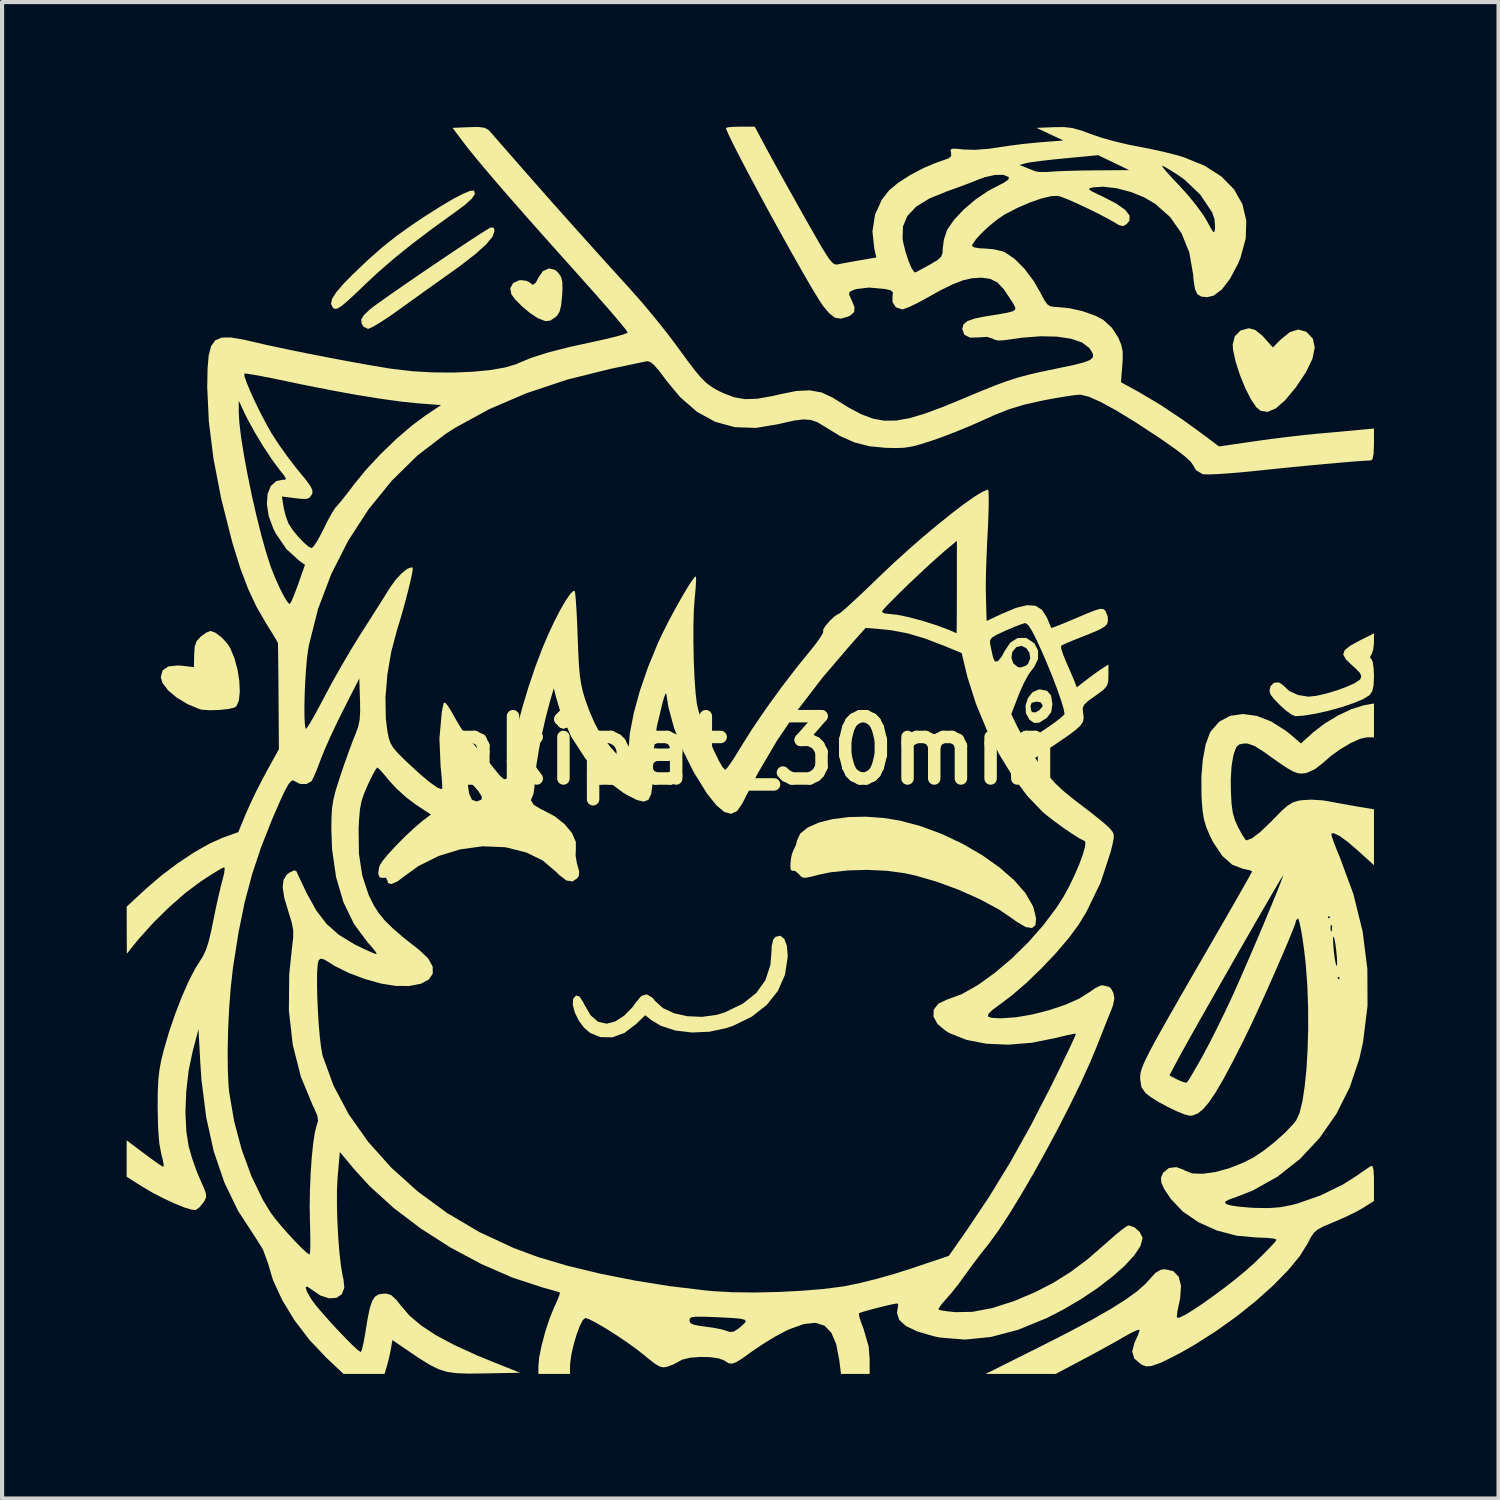
<source format=kicad_pcb>
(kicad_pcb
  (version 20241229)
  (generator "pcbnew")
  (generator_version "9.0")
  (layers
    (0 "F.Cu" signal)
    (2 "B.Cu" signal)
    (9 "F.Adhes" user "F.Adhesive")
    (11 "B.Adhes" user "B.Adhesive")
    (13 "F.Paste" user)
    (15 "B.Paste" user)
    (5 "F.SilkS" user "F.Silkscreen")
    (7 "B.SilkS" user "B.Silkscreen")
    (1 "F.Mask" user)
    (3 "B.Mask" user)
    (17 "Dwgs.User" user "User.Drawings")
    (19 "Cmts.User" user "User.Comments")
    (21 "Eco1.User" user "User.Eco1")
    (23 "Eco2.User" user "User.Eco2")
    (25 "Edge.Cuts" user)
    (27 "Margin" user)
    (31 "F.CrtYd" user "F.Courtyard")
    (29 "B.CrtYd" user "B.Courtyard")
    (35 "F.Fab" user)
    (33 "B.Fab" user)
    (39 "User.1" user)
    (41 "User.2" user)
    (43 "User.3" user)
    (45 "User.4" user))
  (footprint "akipat_30mm"
    (layer "F.Cu")
    (at 15.017 15.017)
    (property "Reference" "akipat_30mm" (at 0 0 0) (layer "F.SilkS") (effects (font (size 1.5 1.5) (thickness 0.3))))
    (attr board_only exclude_from_pos_files exclude_from_bom)
    (fp_poly (pts (xy -4.699 -11.566) (xy -4.618 -11.492) (xy -4.556 -11.396) (xy -4.527 -11.279) (xy -4.523 -11.105) (xy -4.532 -10.943) (xy -4.556 -10.709) (xy -4.594 -10.561) (xy -4.655 -10.464) (xy -4.692 -10.43) (xy -4.818 -10.347) (xy -4.932 -10.334) (xy -5.083 -10.391) (xy -5.133 -10.416) (xy -5.306 -10.53) (xy -5.495 -10.688) (xy -5.66 -10.855) (xy -5.756 -10.984) (xy -5.78 -11.129) (xy -5.711 -11.251) (xy -5.57 -11.317) (xy -5.515 -11.321) (xy -5.381 -11.303) (xy -5.309 -11.263) (xy -5.237 -11.207) (xy -5.161 -11.267) (xy -5.103 -11.381) (xy -4.993 -11.54) (xy -4.849 -11.604)) (stroke (width 0) (type solid)) (fill yes) (layer "F.SilkS"))
    (fp_poly (pts (xy 7.146 -1.432) (xy 7.242 -1.32) (xy 7.274 -1.118) (xy 7.274 -1.107) (xy 7.246 -0.922) (xy 7.146 -0.789) (xy 7.119 -0.767) (xy 6.958 -0.666) (xy 6.832 -0.66) (xy 6.721 -0.737) (xy 6.636 -0.892) (xy 6.628 -1.066) (xy 6.746 -1.066) (xy 6.764 -0.955) (xy 6.783 -0.921) (xy 6.86 -0.912) (xy 6.959 -0.965) (xy 7.03 -1.048) (xy 7.039 -1.087) (xy 6.988 -1.156) (xy 6.893 -1.173) (xy 6.775 -1.144) (xy 6.746 -1.066) (xy 6.628 -1.066) (xy 6.627 -1.076) (xy 6.684 -1.256) (xy 6.793 -1.397) (xy 6.943 -1.465) (xy 6.972 -1.467)) (stroke (width 0) (type solid)) (fill yes) (layer "F.SilkS"))
    (fp_poly (pts (xy 12.157 -10.122) (xy 12.322 -9.99) (xy 12.376 -9.932) (xy 12.583 -9.7) (xy 12.774 -9.894) (xy 12.993 -10.07) (xy 13.193 -10.132) (xy 13.379 -10.081) (xy 13.397 -10.07) (xy 13.545 -9.912) (xy 13.591 -9.699) (xy 13.536 -9.429) (xy 13.379 -9.103) (xy 13.137 -8.742) (xy 12.881 -8.432) (xy 12.655 -8.235) (xy 12.458 -8.149) (xy 12.289 -8.175) (xy 12.188 -8.256) (xy 12.052 -8.455) (xy 11.914 -8.73) (xy 11.787 -9.044) (xy 11.686 -9.36) (xy 11.625 -9.637) (xy 11.615 -9.769) (xy 11.666 -9.97) (xy 11.804 -10.109) (xy 12.003 -10.163) (xy 12.007 -10.163)) (stroke (width 0) (type solid)) (fill yes) (layer "F.SilkS"))
    (fp_poly (pts (xy -6.652 -13.476) (xy -6.632 -13.398) (xy -6.703 -13.287) (xy -6.87 -13.135) (xy -7.078 -12.98) (xy -7.652 -12.566) (xy -8.143 -12.194) (xy -8.571 -11.85) (xy -8.954 -11.519) (xy -9.275 -11.219) (xy -9.532 -10.973) (xy -9.72 -10.801) (xy -9.852 -10.692) (xy -9.941 -10.638) (xy -10.002 -10.628) (xy -10.046 -10.653) (xy -10.051 -10.657) (xy -10.096 -10.747) (xy -10.072 -10.868) (xy -9.971 -11.029) (xy -9.788 -11.241) (xy -9.576 -11.456) (xy -9.198 -11.817) (xy -8.857 -12.117) (xy -8.516 -12.388) (xy -8.137 -12.658) (xy -7.828 -12.864) (xy -7.468 -13.092) (xy -7.161 -13.274) (xy -6.916 -13.402) (xy -6.744 -13.472) (xy -6.656 -13.479)) (stroke (width 0) (type solid)) (fill yes) (layer "F.SilkS"))
    (fp_poly (pts (xy -12.877 -2.83) (xy -12.73 -2.718) (xy -12.593 -2.569) (xy -12.523 -2.462) (xy -12.421 -2.215) (xy -12.347 -1.941) (xy -12.304 -1.663) (xy -12.293 -1.407) (xy -12.315 -1.199) (xy -12.374 -1.063) (xy -12.419 -1.03) (xy -12.575 -0.994) (xy -12.791 -0.972) (xy -13.016 -0.965) (xy -13.2 -0.978) (xy -13.258 -0.99) (xy -13.55 -1.112) (xy -13.811 -1.269) (xy -14.02 -1.445) (xy -14.155 -1.622) (xy -14.196 -1.764) (xy -14.15 -1.928) (xy -14.01 -2.021) (xy -13.777 -2.044) (xy -13.67 -2.035) (xy -13.397 -2.003) (xy -13.392 -2.304) (xy -13.378 -2.502) (xy -13.331 -2.631) (xy -13.234 -2.737) (xy -13.231 -2.74) (xy -13.105 -2.831) (xy -13.005 -2.874) (xy -12.998 -2.874)) (stroke (width 0) (type solid)) (fill yes) (layer "F.SilkS"))
    (fp_poly (pts (xy -6.176 -12.581) (xy -6.159 -12.501) (xy -6.21 -12.364) (xy -6.362 -12.182) (xy -6.617 -11.951) (xy -6.976 -11.673) (xy -7.221 -11.497) (xy -7.527 -11.279) (xy -7.88 -11.028) (xy -8.229 -10.777) (xy -8.464 -10.607) (xy -8.707 -10.436) (xy -8.925 -10.294) (xy -9.095 -10.194) (xy -9.198 -10.149) (xy -9.208 -10.148) (xy -9.313 -10.199) (xy -9.36 -10.278) (xy -9.367 -10.375) (xy -9.308 -10.476) (xy -9.174 -10.606) (xy -9.072 -10.686) (xy -8.892 -10.816) (xy -8.651 -10.986) (xy -8.363 -11.186) (xy -8.045 -11.405) (xy -7.711 -11.632) (xy -7.377 -11.858) (xy -7.059 -12.071) (xy -6.773 -12.261) (xy -6.533 -12.417) (xy -6.355 -12.529) (xy -6.255 -12.587) (xy -6.247 -12.591)) (stroke (width 0) (type solid)) (fill yes) (layer "F.SilkS"))
    (fp_poly (pts (xy 3.218 1.63) (xy 3.589 1.69) (xy 4.105 1.827) (xy 4.62 2.018) (xy 5.118 2.255) (xy 5.583 2.525) (xy 6 2.82) (xy 6.353 3.127) (xy 6.624 3.438) (xy 6.799 3.741) (xy 6.82 3.795) (xy 6.881 4.046) (xy 6.867 4.208) (xy 6.783 4.279) (xy 6.633 4.256) (xy 6.423 4.135) (xy 6.349 4.079) (xy 5.983 3.831) (xy 5.53 3.587) (xy 5.023 3.361) (xy 4.492 3.165) (xy 3.969 3.014) (xy 3.71 2.958) (xy 3.286 2.901) (xy 2.819 2.879) (xy 2.351 2.892) (xy 1.925 2.938) (xy 1.672 2.99) (xy 1.459 3.045) (xy 1.33 3.069) (xy 1.254 3.061) (xy 1.202 3.021) (xy 1.167 2.978) (xy 1.074 2.902) (xy 1.005 2.899) (xy 0.973 2.876) (xy 0.964 2.776) (xy 0.975 2.637) (xy 1.002 2.497) (xy 1.043 2.393) (xy 1.052 2.379) (xy 1.1 2.275) (xy 1.124 2.172) (xy 1.204 2.002) (xy 1.384 1.857) (xy 1.647 1.741) (xy 1.978 1.657) (xy 2.361 1.608) (xy 2.779 1.598)) (stroke (width 0) (type solid)) (fill yes) (layer "F.SilkS"))
    (fp_poly (pts (xy 15.017 -2.594) (xy 15.001 -2.431) (xy 14.963 -2.318) (xy 14.953 -2.306) (xy 14.921 -2.235) (xy 14.953 -2.203) (xy 14.987 -2.128) (xy 15.01 -1.971) (xy 15.017 -1.795) (xy 15.008 -1.568) (xy 14.976 -1.424) (xy 14.913 -1.332) (xy 14.906 -1.325) (xy 14.76 -1.235) (xy 14.527 -1.137) (xy 14.236 -1.039) (xy 13.918 -0.951) (xy 13.6 -0.88) (xy 13.312 -0.834) (xy 13.126 -0.822) (xy 13.032 -0.861) (xy 12.892 -0.962) (xy 12.759 -1.082) (xy 12.605 -1.24) (xy 12.524 -1.348) (xy 12.501 -1.436) (xy 12.524 -1.532) (xy 12.53 -1.55) (xy 12.611 -1.627) (xy 12.73 -1.635) (xy 12.828 -1.57) (xy 12.829 -1.568) (xy 12.974 -1.43) (xy 13.191 -1.331) (xy 13.434 -1.292) (xy 13.446 -1.292) (xy 13.633 -1.313) (xy 13.869 -1.367) (xy 14.121 -1.442) (xy 14.36 -1.53) (xy 14.555 -1.618) (xy 14.674 -1.697) (xy 14.69 -1.716) (xy 14.712 -1.788) (xy 14.674 -1.869) (xy 14.562 -1.983) (xy 14.493 -2.043) (xy 14.34 -2.191) (xy 14.277 -2.308) (xy 14.311 -2.411) (xy 14.445 -2.519) (xy 14.662 -2.638) (xy 15.017 -2.817)) (stroke (width 0) (type solid)) (fill yes) (layer "F.SilkS"))
    (fp_poly (pts (xy 0.82 4.543) (xy 0.881 4.71) (xy 0.901 4.955) (xy 0.901 4.973) (xy 0.835 5.403) (xy 0.665 5.792) (xy 0.395 6.132) (xy 0.033 6.415) (xy -0.413 6.633) (xy -0.578 6.689) (xy -0.99 6.777) (xy -1.408 6.795) (xy -1.805 6.747) (xy -2.152 6.635) (xy -2.372 6.504) (xy -2.531 6.379) (xy -2.747 6.588) (xy -3.032 6.805) (xy -3.323 6.911) (xy -3.61 6.906) (xy -3.855 6.807) (xy -4.006 6.678) (xy -4.133 6.505) (xy -4.226 6.314) (xy -4.274 6.132) (xy -4.268 5.987) (xy -4.197 5.904) (xy -4.196 5.904) (xy -4.117 5.925) (xy -4.03 6.053) (xy -3.999 6.118) (xy -3.844 6.383) (xy -3.664 6.537) (xy -3.457 6.583) (xy -3.251 6.527) (xy -3.033 6.386) (xy -2.835 6.183) (xy -2.758 6.073) (xy -2.626 5.916) (xy -2.495 5.876) (xy -2.361 5.953) (xy -2.291 6.037) (xy -2.103 6.208) (xy -1.834 6.332) (xy -1.512 6.403) (xy -1.163 6.418) (xy -0.815 6.371) (xy -0.616 6.311) (xy -0.184 6.103) (xy 0.142 5.844) (xy 0.364 5.535) (xy 0.482 5.172) (xy 0.504 4.93) (xy 0.517 4.699) (xy 0.55 4.56) (xy 0.606 4.491) (xy 0.725 4.465)) (stroke (width 0) (type solid)) (fill yes) (layer "F.SilkS"))
    (fp_poly (pts (xy 15.017 -0.72) (xy 15.017 -0.313) (xy 14.845 -0.313) (xy 14.681 -0.276) (xy 14.462 -0.177) (xy 14.217 -0.033) (xy 13.979 0.137) (xy 13.794 0.299) (xy 13.596 0.454) (xy 13.397 0.543) (xy 13.372 0.549) (xy 13.276 0.56) (xy 13.183 0.551) (xy 13.073 0.51) (xy 12.931 0.431) (xy 12.737 0.302) (xy 12.475 0.116) (xy 12.352 0.028) (xy 12.14 -0.106) (xy 11.972 -0.163) (xy 11.883 -0.164) (xy 11.773 -0.142) (xy 11.705 -0.081) (xy 11.654 0.048) (xy 11.627 0.147) (xy 11.588 0.383) (xy 11.569 0.694) (xy 11.572 0.997) (xy 11.588 1.289) (xy 11.617 1.502) (xy 11.667 1.677) (xy 11.745 1.851) (xy 11.751 1.862) (xy 11.841 2.027) (xy 11.912 2.138) (xy 11.942 2.17) (xy 12.075 2.121) (xy 12.27 1.975) (xy 12.525 1.733) (xy 12.612 1.643) (xy 12.802 1.45) (xy 12.943 1.327) (xy 13.064 1.255) (xy 13.193 1.215) (xy 13.276 1.201) (xy 13.507 1.188) (xy 13.772 1.204) (xy 13.892 1.222) (xy 14.138 1.268) (xy 14.426 1.32) (xy 14.621 1.354) (xy 15.017 1.421) (xy 15.017 2.094) (xy 15.017 2.767) (xy 14.65 2.433) (xy 14.392 2.21) (xy 14.19 2.063) (xy 14.051 1.997) (xy 13.99 2.004) (xy 14 2.067) (xy 14.049 2.212) (xy 14.128 2.415) (xy 14.188 2.557) (xy 14.52 3.456) (xy 14.744 4.361) (xy 14.858 5.264) (xy 14.862 6.155) (xy 14.754 7.026) (xy 14.666 7.421) (xy 14.435 8.112) (xy 14.113 8.753) (xy 13.709 9.333) (xy 13.234 9.841) (xy 12.696 10.265) (xy 12.106 10.596) (xy 11.73 10.745) (xy 11.539 10.813) (xy 11.445 10.86) (xy 11.433 10.898) (xy 11.475 10.931) (xy 11.58 10.961) (xy 11.77 10.989) (xy 12.012 11.01) (xy 12.147 11.018) (xy 12.482 11.023) (xy 12.756 11.003) (xy 13.023 10.952) (xy 13.162 10.917) (xy 13.729 10.719) (xy 14.274 10.452) (xy 14.606 10.241) (xy 14.767 10.128) (xy 14.896 10.041) (xy 14.944 10.01) (xy 14.982 10.014) (xy 15.005 10.095) (xy 15.016 10.269) (xy 15.017 10.408) (xy 15.017 10.851) (xy 14.768 11.01) (xy 14.592 11.11) (xy 14.352 11.227) (xy 14.095 11.34) (xy 14.049 11.359) (xy 13.82 11.455) (xy 13.67 11.532) (xy 13.571 11.616) (xy 13.494 11.73) (xy 13.42 11.874) (xy 13.232 12.177) (xy 12.952 12.517) (xy 12.596 12.881) (xy 12.177 13.256) (xy 11.712 13.629) (xy 11.213 13.986) (xy 10.696 14.315) (xy 10.65 14.342) (xy 10.391 14.489) (xy 10.137 14.623) (xy 9.926 14.727) (xy 9.826 14.768) (xy 9.654 14.825) (xy 9.541 14.836) (xy 9.44 14.801) (xy 9.404 14.781) (xy 9.246 14.646) (xy 9.195 14.475) (xy 9.252 14.261) (xy 9.273 14.217) (xy 9.34 14.07) (xy 9.372 13.97) (xy 9.371 13.952) (xy 9.318 13.96) (xy 9.191 14.017) (xy 9.018 14.111) (xy 9.004 14.12) (xy 8.808 14.233) (xy 8.544 14.379) (xy 8.25 14.54) (xy 8.002 14.672) (xy 7.352 15.017) (xy 6.508 15.017) (xy 5.664 15.017) (xy 7.042 14.328) (xy 7.684 14.001) (xy 8.224 13.712) (xy 8.67 13.457) (xy 9.028 13.232) (xy 9.306 13.032) (xy 9.51 12.853) (xy 9.613 12.739) (xy 9.757 12.581) (xy 9.883 12.508) (xy 9.977 12.495) (xy 10.183 12.54) (xy 10.315 12.675) (xy 10.371 12.893) (xy 10.351 13.192) (xy 10.318 13.345) (xy 10.283 13.513) (xy 10.271 13.636) (xy 10.274 13.662) (xy 10.329 13.662) (xy 10.459 13.599) (xy 10.648 13.485) (xy 10.88 13.331) (xy 11.139 13.147) (xy 11.41 12.947) (xy 11.675 12.74) (xy 11.92 12.538) (xy 12.128 12.353) (xy 12.144 12.338) (xy 12.345 12.142) (xy 12.511 11.973) (xy 12.625 11.849) (xy 12.67 11.786) (xy 12.671 11.784) (xy 12.617 11.76) (xy 12.473 11.742) (xy 12.269 11.733) (xy 12.208 11.732) (xy 11.712 11.688) (xy 11.233 11.562) (xy 10.794 11.365) (xy 10.417 11.109) (xy 10.126 10.802) (xy 10.112 10.782) (xy 9.969 10.567) (xy 9.897 10.413) (xy 9.888 10.293) (xy 9.935 10.182) (xy 9.943 10.169) (xy 10.078 10.059) (xy 10.257 10.036) (xy 10.441 10.102) (xy 10.467 10.121) (xy 10.642 10.188) (xy 10.892 10.197) (xy 11.196 10.155) (xy 11.529 10.064) (xy 11.869 9.93) (xy 12.114 9.804) (xy 12.364 9.638) (xy 12.632 9.427) (xy 12.885 9.199) (xy 13.085 8.986) (xy 13.145 8.909) (xy 13.225 8.734) (xy 13.293 8.459) (xy 13.348 8.101) (xy 13.391 7.678) (xy 13.419 7.206) (xy 13.433 6.703) (xy 13.431 6.184) (xy 13.412 5.669) (xy 13.399 5.485) (xy 14.137 5.485) (xy 14.167 5.514) (xy 14.196 5.485) (xy 14.167 5.455) (xy 14.137 5.485) (xy 13.399 5.485) (xy 13.376 5.172) (xy 13.338 4.826) (xy 13.298 4.546) (xy 14.031 4.546) (xy 14.038 4.695) (xy 14.053 4.865) (xy 14.078 5.047) (xy 14.104 5.167) (xy 14.122 5.197) (xy 14.13 5.129) (xy 14.124 4.979) (xy 14.108 4.81) (xy 14.082 4.628) (xy 14.057 4.508) (xy 14.039 4.478) (xy 14.031 4.546) (xy 13.298 4.546) (xy 13.298 4.54) (xy 13.257 4.302) (xy 13.253 4.282) (xy 13.97 4.282) (xy 13.98 4.365) (xy 14 4.356) (xy 14.008 4.235) (xy 14 4.209) (xy 13.979 4.202) (xy 13.97 4.282) (xy 13.253 4.282) (xy 13.221 4.131) (xy 13.194 4.051) (xy 13.189 4.048) (xy 13.141 4.093) (xy 13.14 4.107) (xy 13.117 4.188) (xy 13.051 4.359) (xy 12.951 4.603) (xy 12.824 4.902) (xy 12.677 5.24) (xy 12.519 5.6) (xy 12.355 5.965) (xy 12.194 6.318) (xy 12.043 6.642) (xy 11.909 6.92) (xy 11.865 7.01) (xy 11.607 7.516) (xy 11.388 7.924) (xy 11.202 8.241) (xy 11.042 8.478) (xy 10.902 8.642) (xy 10.775 8.744) (xy 10.654 8.792) (xy 10.585 8.799) (xy 10.462 8.77) (xy 10.272 8.693) (xy 10.049 8.586) (xy 9.825 8.464) (xy 9.633 8.344) (xy 9.518 8.255) (xy 9.418 8.111) (xy 9.386 7.907) (xy 9.386 7.893) (xy 9.388 7.829) (xy 10.092 7.829) (xy 10.281 7.927) (xy 10.416 7.986) (xy 10.503 8.004) (xy 10.51 8.001) (xy 10.552 7.943) (xy 10.638 7.803) (xy 10.755 7.601) (xy 10.892 7.359) (xy 10.898 7.347) (xy 11.052 7.058) (xy 11.233 6.701) (xy 11.421 6.316) (xy 11.597 5.943) (xy 11.645 5.837) (xy 11.783 5.527) (xy 11.934 5.181) (xy 12.092 4.815) (xy 12.251 4.444) (xy 12.402 4.085) (xy 12.43 4.018) (xy 13.903 4.018) (xy 13.932 4.048) (xy 13.961 4.018) (xy 13.932 3.989) (xy 13.903 4.018) (xy 12.43 4.018) (xy 12.54 3.753) (xy 12.659 3.464) (xy 12.751 3.234) (xy 12.81 3.078) (xy 12.829 3.013) (xy 12.829 3.013) (xy 12.798 3.059) (xy 12.717 3.194) (xy 12.592 3.407) (xy 12.431 3.685) (xy 12.24 4.015) (xy 12.028 4.384) (xy 11.8 4.781) (xy 11.565 5.193) (xy 11.328 5.608) (xy 11.099 6.012) (xy 10.882 6.394) (xy 10.686 6.741) (xy 10.518 7.041) (xy 10.385 7.28) (xy 10.294 7.448) (xy 10.281 7.471) (xy 10.092 7.829) (xy 9.388 7.829) (xy 9.389 7.826) (xy 9.4 7.753) (xy 9.426 7.666) (xy 9.468 7.556) (xy 9.533 7.415) (xy 9.625 7.233) (xy 9.748 7.004) (xy 9.907 6.718) (xy 10.105 6.367) (xy 10.348 5.942) (xy 10.64 5.435) (xy 10.985 4.838) (xy 11.093 4.652) (xy 11.328 4.245) (xy 11.543 3.872) (xy 11.731 3.543) (xy 11.886 3.271) (xy 12.001 3.068) (xy 12.068 2.946) (xy 12.084 2.914) (xy 12.033 2.89) (xy 11.905 2.861) (xy 11.864 2.854) (xy 11.602 2.753) (xy 11.362 2.539) (xy 11.145 2.214) (xy 11.075 2.075) (xy 10.984 1.864) (xy 10.925 1.673) (xy 10.89 1.458) (xy 10.868 1.179) (xy 10.864 1.1) (xy 10.861 0.64) (xy 10.896 0.219) (xy 10.964 -0.14) (xy 11.063 -0.412) (xy 11.09 -0.46) (xy 11.292 -0.691) (xy 11.552 -0.829) (xy 11.856 -0.875) (xy 12.191 -0.83) (xy 12.543 -0.694) (xy 12.899 -0.468) (xy 13.011 -0.378) (xy 13.258 -0.166) (xy 13.556 -0.434) (xy 13.831 -0.646) (xy 14.151 -0.839) (xy 14.476 -0.992) (xy 14.767 -1.083) (xy 14.797 -1.089) (xy 15.017 -1.128)) (stroke (width 0) (type solid)) (fill yes) (layer "F.SilkS"))
    (fp_poly (pts (xy 0.381 -14.504) (xy 0.494 -14.296) (xy 0.651 -14.01) (xy 0.839 -13.67) (xy 1.046 -13.301) (xy 1.256 -12.926) (xy 1.31 -12.829) (xy 1.522 -12.456) (xy 1.685 -12.172) (xy 1.809 -11.968) (xy 1.901 -11.83) (xy 1.97 -11.747) (xy 2.025 -11.706) (xy 2.074 -11.696) (xy 2.112 -11.702) (xy 2.246 -11.729) (xy 2.449 -11.766) (xy 2.646 -11.801) (xy 3.034 -11.868) (xy 2.985 -12.079) (xy 2.959 -12.328) (xy 3.666 -12.328) (xy 3.682 -12.227) (xy 3.74 -11.993) (xy 3.81 -11.78) (xy 3.881 -11.613) (xy 3.944 -11.518) (xy 3.974 -11.507) (xy 4.046 -11.544) (xy 4.187 -11.621) (xy 4.327 -11.697) (xy 4.499 -11.799) (xy 4.591 -11.879) (xy 4.628 -11.971) (xy 4.634 -12.096) (xy 4.663 -12.304) (xy 4.733 -12.515) (xy 4.745 -12.541) (xy 4.904 -12.773) (xy 5.14 -13.023) (xy 5.423 -13.263) (xy 5.722 -13.467) (xy 5.899 -13.561) (xy 6.111 -13.67) (xy 6.218 -13.748) (xy 6.224 -13.802) (xy 6.224 -13.803) (xy 6.096 -13.856) (xy 5.895 -13.855) (xy 5.65 -13.801) (xy 5.485 -13.741) (xy 5.28 -13.659) (xy 5.019 -13.561) (xy 4.755 -13.467) (xy 4.738 -13.461) (xy 4.31 -13.286) (xy 3.993 -13.09) (xy 3.783 -12.869) (xy 3.676 -12.617) (xy 3.666 -12.328) (xy 2.959 -12.328) (xy 2.941 -12.497) (xy 3.003 -12.896) (xy 3.165 -13.257) (xy 3.342 -13.484) (xy 3.559 -13.665) (xy 3.852 -13.853) (xy 4.182 -14.026) (xy 4.343 -14.093) (xy 6.482 -14.093) (xy 6.629 -14.036) (xy 6.774 -13.978) (xy 6.863 -13.942) (xy 6.971 -13.925) (xy 7.144 -13.926) (xy 7.245 -13.933) (xy 7.416 -13.944) (xy 7.671 -13.953) (xy 7.978 -13.961) (xy 8.301 -13.965) (xy 8.33 -13.965) (xy 9.122 -13.971) (xy 8.898 -14.079) (xy 9.913 -14.079) (xy 9.932 -14.039) (xy 10.019 -13.933) (xy 10.161 -13.777) (xy 10.333 -13.595) (xy 10.546 -13.359) (xy 10.748 -13.11) (xy 10.912 -12.883) (xy 10.987 -12.759) (xy 11.086 -12.576) (xy 11.143 -12.486) (xy 11.172 -12.479) (xy 11.187 -12.543) (xy 11.192 -12.594) (xy 11.178 -12.785) (xy 11.125 -12.946) (xy 10.833 -13.382) (xy 10.454 -13.742) (xy 10.324 -13.835) (xy 10.142 -13.953) (xy 9.997 -14.039) (xy 9.917 -14.078) (xy 9.913 -14.079) (xy 8.898 -14.079) (xy 8.749 -14.15) (xy 8.376 -14.33) (xy 7.581 -14.255) (xy 7.274 -14.224) (xy 6.999 -14.193) (xy 6.781 -14.164) (xy 6.648 -14.141) (xy 6.634 -14.137) (xy 6.482 -14.093) (xy 4.343 -14.093) (xy 4.512 -14.163) (xy 4.62 -14.199) (xy 4.775 -14.254) (xy 4.838 -14.31) (xy 4.834 -14.389) (xy 4.834 -14.39) (xy 4.821 -14.455) (xy 4.854 -14.485) (xy 4.956 -14.486) (xy 5.125 -14.468) (xy 5.407 -14.459) (xy 5.747 -14.485) (xy 5.939 -14.513) (xy 6.235 -14.558) (xy 6.582 -14.602) (xy 6.916 -14.635) (xy 6.981 -14.641) (xy 7.538 -14.684) (xy 7.215 -14.836) (xy 6.893 -14.988) (xy 7.314 -15.005) (xy 7.557 -15.007) (xy 7.759 -14.983) (xy 7.972 -14.924) (xy 8.194 -14.841) (xy 8.453 -14.752) (xy 8.779 -14.661) (xy 9.12 -14.581) (xy 9.316 -14.543) (xy 9.641 -14.48) (xy 9.98 -14.404) (xy 10.283 -14.327) (xy 10.431 -14.283) (xy 10.936 -14.078) (xy 11.343 -13.818) (xy 11.648 -13.507) (xy 11.849 -13.151) (xy 11.943 -12.755) (xy 11.929 -12.323) (xy 11.803 -11.861) (xy 11.739 -11.708) (xy 11.55 -11.353) (xy 11.355 -11.098) (xy 11.158 -10.949) (xy 11 -10.911) (xy 10.859 -10.925) (xy 10.766 -10.982) (xy 10.709 -11.103) (xy 10.675 -11.308) (xy 10.661 -11.468) (xy 10.571 -11.986) (xy 10.385 -12.447) (xy 10.11 -12.84) (xy 9.75 -13.158) (xy 9.478 -13.318) (xy 9.155 -13.447) (xy 8.814 -13.535) (xy 8.494 -13.572) (xy 8.258 -13.556) (xy 8.176 -13.535) (xy 8.156 -13.509) (xy 8.211 -13.467) (xy 8.354 -13.395) (xy 8.485 -13.334) (xy 8.814 -13.164) (xy 9.029 -13.012) (xy 9.133 -12.875) (xy 9.128 -12.75) (xy 9.057 -12.666) (xy 8.973 -12.621) (xy 8.875 -12.648) (xy 8.808 -12.688) (xy 8.639 -12.786) (xy 8.411 -12.906) (xy 8.153 -13.034) (xy 7.893 -13.156) (xy 7.661 -13.259) (xy 7.484 -13.328) (xy 7.413 -13.35) (xy 7.249 -13.345) (xy 7.011 -13.288) (xy 6.725 -13.189) (xy 6.42 -13.056) (xy 6.129 -12.905) (xy 5.952 -12.786) (xy 5.762 -12.633) (xy 5.583 -12.467) (xy 5.438 -12.311) (xy 5.352 -12.189) (xy 5.338 -12.144) (xy 5.391 -12.11) (xy 5.526 -12.088) (xy 5.637 -12.084) (xy 5.858 -12.065) (xy 6.066 -12.017) (xy 6.133 -11.99) (xy 6.361 -11.837) (xy 6.599 -11.598) (xy 6.822 -11.302) (xy 6.978 -11.033) (xy 7.078 -10.844) (xy 7.154 -10.737) (xy 7.232 -10.689) (xy 7.339 -10.676) (xy 7.377 -10.675) (xy 7.683 -10.646) (xy 8.012 -10.571) (xy 8.314 -10.463) (xy 8.499 -10.365) (xy 8.705 -10.176) (xy 8.859 -9.941) (xy 8.932 -9.766) (xy 8.966 -9.603) (xy 8.967 -9.402) (xy 8.957 -9.266) (xy 8.924 -8.864) (xy 9.353 -8.629) (xy 9.87 -8.322) (xy 10.434 -7.946) (xy 10.936 -7.58) (xy 11.285 -7.317) (xy 12.139 -7.441) (xy 12.519 -7.494) (xy 12.93 -7.545) (xy 13.324 -7.591) (xy 13.654 -7.624) (xy 13.668 -7.625) (xy 13.978 -7.652) (xy 14.284 -7.68) (xy 14.544 -7.704) (xy 14.68 -7.717) (xy 15.017 -7.749) (xy 15.017 -7.365) (xy 15.008 -7.134) (xy 14.98 -7.009) (xy 14.944 -6.98) (xy 14.794 -6.973) (xy 14.547 -6.955) (xy 14.224 -6.928) (xy 13.844 -6.895) (xy 13.428 -6.856) (xy 12.995 -6.814) (xy 12.565 -6.77) (xy 12.26 -6.738) (xy 11.887 -6.7) (xy 11.544 -6.671) (xy 11.253 -6.651) (xy 11.033 -6.643) (xy 10.905 -6.647) (xy 10.892 -6.649) (xy 10.732 -6.746) (xy 10.671 -6.851) (xy 10.608 -6.945) (xy 10.468 -7.075) (xy 10.245 -7.247) (xy 9.93 -7.468) (xy 9.809 -7.55) (xy 9.264 -7.907) (xy 8.805 -8.187) (xy 8.434 -8.389) (xy 8.151 -8.515) (xy 7.955 -8.563) (xy 7.939 -8.564) (xy 7.81 -8.553) (xy 7.596 -8.522) (xy 7.326 -8.477) (xy 7.031 -8.421) (xy 7.028 -8.42) (xy 6.602 -8.325) (xy 6.235 -8.214) (xy 5.87 -8.069) (xy 5.66 -7.974) (xy 5.327 -7.826) (xy 4.954 -7.672) (xy 4.596 -7.535) (xy 4.405 -7.468) (xy 4.118 -7.375) (xy 3.899 -7.316) (xy 3.707 -7.286) (xy 3.503 -7.278) (xy 3.262 -7.284) (xy 2.864 -7.322) (xy 2.509 -7.413) (xy 2.159 -7.569) (xy 1.782 -7.801) (xy 1.614 -7.901) (xy 1.454 -7.956) (xy 1.275 -7.968) (xy 1.046 -7.939) (xy 0.739 -7.869) (xy 0.684 -7.855) (xy 0.137 -7.763) (xy -0.371 -7.781) (xy -0.843 -7.909) (xy -1.281 -8.149) (xy -1.687 -8.501) (xy -2.01 -8.89) (xy -2.187 -9.126) (xy -2.315 -9.275) (xy -2.409 -9.352) (xy -2.482 -9.37) (xy -2.493 -9.369) (xy -2.593 -9.348) (xy -2.782 -9.308) (xy -3.034 -9.255) (xy -3.324 -9.194) (xy -3.373 -9.184) (xy -4.409 -8.926) (xy -5.385 -8.601) (xy -6.285 -8.215) (xy -7.097 -7.772) (xy -7.339 -7.617) (xy -8.013 -7.101) (xy -8.634 -6.491) (xy -9.194 -5.801) (xy -9.683 -5.047) (xy -10.09 -4.244) (xy -10.408 -3.406) (xy -10.625 -2.549) (xy -10.644 -2.441) (xy -10.674 -2.225) (xy -10.698 -1.953) (xy -10.718 -1.651) (xy -10.731 -1.343) (xy -10.737 -1.051) (xy -10.735 -0.801) (xy -10.726 -0.616) (xy -10.707 -0.521) (xy -10.703 -0.516) (xy -10.667 -0.553) (xy -10.588 -0.679) (xy -10.476 -0.875) (xy -10.341 -1.125) (xy -10.265 -1.27) (xy -10.071 -1.633) (xy -9.839 -2.043) (xy -9.599 -2.451) (xy -9.379 -2.807) (xy -9.373 -2.816) (xy -9.183 -3.113) (xy -8.997 -3.407) (xy -8.832 -3.667) (xy -8.707 -3.867) (xy -8.678 -3.914) (xy -8.543 -4.103) (xy -8.397 -4.261) (xy -8.262 -4.369) (xy -8.16 -4.407) (xy -8.129 -4.394) (xy -8.132 -4.329) (xy -8.161 -4.175) (xy -8.212 -3.956) (xy -8.278 -3.696) (xy -8.352 -3.418) (xy -8.43 -3.147) (xy -8.505 -2.905) (xy -8.505 -2.904) (xy -8.645 -2.378) (xy -8.74 -1.823) (xy -8.785 -1.274) (xy -8.777 -0.766) (xy -8.739 -0.461) (xy -8.706 -0.298) (xy -8.664 -0.173) (xy -8.595 -0.058) (xy -8.484 0.071) (xy -8.311 0.242) (xy -8.201 0.346) (xy -7.927 0.596) (xy -7.702 0.782) (xy -7.537 0.897) (xy -7.438 0.935) (xy -7.421 0.928) (xy -7.418 0.866) (xy -7.42 0.835) (xy -6.801 0.835) (xy -6.775 1.013) (xy -6.768 1.049) (xy -6.702 1.193) (xy -6.588 1.232) (xy -6.474 1.187) (xy -6.464 1.119) (xy -6.547 0.985) (xy -6.606 0.914) (xy -6.723 0.79) (xy -6.786 0.762) (xy -6.801 0.835) (xy -7.42 0.835) (xy -7.427 0.713) (xy -7.446 0.499) (xy -7.458 0.381) (xy -7.486 -0.283) (xy -7.43 -0.911) (xy -7.41 -1.023) (xy -7.383 -1.138) (xy -7.349 -1.15) (xy -7.291 -1.082) (xy -7.214 -0.962) (xy -7.115 -0.789) (xy -7.069 -0.704) (xy -6.95 -0.51) (xy -6.79 -0.294) (xy -6.678 -0.164) (xy -6.501 0.037) (xy -6.303 0.273) (xy -6.166 0.444) (xy -6.024 0.617) (xy -5.929 0.698) (xy -5.866 0.681) (xy -5.823 0.56) (xy -5.788 0.329) (xy -5.78 0.264) (xy -5.72 -0.1) (xy -5.621 -0.541) (xy -5.49 -1.03) (xy -5.337 -1.537) (xy -5.169 -2.033) (xy -5.017 -2.434) (xy -4.873 -2.775) (xy -4.724 -3.094) (xy -4.58 -3.375) (xy -4.448 -3.603) (xy -4.338 -3.763) (xy -4.259 -3.839) (xy -4.228 -3.837) (xy -4.216 -3.771) (xy -4.201 -3.606) (xy -4.185 -3.362) (xy -4.17 -3.058) (xy -4.158 -2.738) (xy -4.142 -2.336) (xy -4.125 -2.027) (xy -4.103 -1.786) (xy -4.072 -1.588) (xy -4.031 -1.408) (xy -3.975 -1.221) (xy -3.969 -1.203) (xy -3.871 -0.936) (xy -3.755 -0.669) (xy -3.644 -0.457) (xy -3.633 -0.44) (xy -3.505 -0.253) (xy -3.354 -0.062) (xy -3.204 0.108) (xy -3.075 0.234) (xy -2.989 0.292) (xy -2.98 0.293) (xy -2.953 0.241) (xy -2.936 0.105) (xy -2.933 -0.002) (xy -2.901 -0.409) (xy -2.808 -0.891) (xy -2.661 -1.428) (xy -2.465 -1.997) (xy -2.227 -2.578) (xy -2.215 -2.604) (xy -2.1 -2.846) (xy -1.966 -3.112) (xy -1.821 -3.383) (xy -1.676 -3.642) (xy -1.543 -3.87) (xy -1.43 -4.049) (xy -1.349 -4.161) (xy -1.309 -4.189) (xy -1.308 -4.187) (xy -1.305 -4.105) (xy -1.314 -3.939) (xy -1.333 -3.721) (xy -1.339 -3.664) (xy -1.36 -3.367) (xy -1.37 -2.993) (xy -1.37 -2.573) (xy -1.361 -2.141) (xy -1.343 -1.73) (xy -1.317 -1.372) (xy -1.286 -1.115) (xy -1.244 -0.94) (xy -1.17 -0.712) (xy -1.073 -0.455) (xy -0.965 -0.191) (xy -0.853 0.056) (xy -0.75 0.264) (xy -0.664 0.41) (xy -0.606 0.469) (xy -0.603 0.469) (xy -0.555 0.422) (xy -0.463 0.294) (xy -0.341 0.105) (xy -0.235 -0.069) (xy 0.042 -0.51) (xy 0.378 -1.003) (xy 0.749 -1.516) (xy 1.133 -2.016) (xy 1.402 -2.346) (xy 1.563 -2.547) (xy 1.683 -2.713) (xy 1.75 -2.826) (xy 1.755 -2.866) (xy 1.756 -2.913) (xy 1.818 -3.007) (xy 1.916 -3.12) (xy 2.021 -3.22) (xy 2.108 -3.279) (xy 2.131 -3.285) (xy 2.187 -3.324) (xy 2.203 -3.338) (xy 3.168 -3.338) (xy 3.218 -3.3) (xy 3.332 -3.285) (xy 3.54 -3.263) (xy 3.822 -3.205) (xy 4.145 -3.118) (xy 4.476 -3.014) (xy 4.781 -2.901) (xy 4.965 -2.82) (xy 4.968 -2.874) (xy 4.97 -3.028) (xy 4.972 -3.263) (xy 4.973 -3.562) (xy 4.974 -3.906) (xy 4.974 -3.931) (xy 4.974 -5.045) (xy 4.701 -4.817) (xy 4.521 -4.66) (xy 4.306 -4.466) (xy 4.073 -4.249) (xy 3.837 -4.026) (xy 3.614 -3.81) (xy 3.421 -3.618) (xy 3.272 -3.465) (xy 3.185 -3.366) (xy 3.168 -3.338) (xy 2.203 -3.338) (xy 2.314 -3.434) (xy 2.498 -3.603) (xy 2.728 -3.818) (xy 2.989 -4.069) (xy 3.104 -4.18) (xy 3.444 -4.502) (xy 3.801 -4.826) (xy 4.161 -5.141) (xy 4.514 -5.436) (xy 4.846 -5.702) (xy 5.144 -5.93) (xy 5.396 -6.107) (xy 5.59 -6.226) (xy 5.713 -6.276) (xy 5.725 -6.277) (xy 5.737 -6.222) (xy 5.741 -6.07) (xy 5.739 -5.841) (xy 5.73 -5.557) (xy 5.723 -5.411) (xy 5.701 -4.965) (xy 5.686 -4.611) (xy 5.676 -4.325) (xy 5.671 -4.085) (xy 5.671 -3.864) (xy 5.675 -3.64) (xy 5.678 -3.537) (xy 5.69 -3.114) (xy 6.057 -3.287) (xy 6.4 -3.431) (xy 6.667 -3.495) (xy 6.871 -3.48) (xy 7.024 -3.382) (xy 7.139 -3.201) (xy 7.158 -3.158) (xy 7.212 -3.025) (xy 7.244 -2.95) (xy 7.246 -2.946) (xy 7.301 -2.962) (xy 7.441 -3.015) (xy 7.645 -3.099) (xy 7.867 -3.193) (xy 8.132 -3.305) (xy 8.312 -3.375) (xy 8.425 -3.406) (xy 8.494 -3.403) (xy 8.539 -3.372) (xy 8.552 -3.356) (xy 8.606 -3.22) (xy 8.611 -3.112) (xy 8.588 -3.039) (xy 8.524 -2.974) (xy 8.4 -2.903) (xy 8.194 -2.815) (xy 8.056 -2.76) (xy 7.823 -2.668) (xy 7.633 -2.589) (xy 7.512 -2.534) (xy 7.483 -2.517) (xy 7.487 -2.449) (xy 7.532 -2.308) (xy 7.602 -2.135) (xy 7.692 -1.93) (xy 7.769 -1.75) (xy 7.809 -1.652) (xy 7.861 -1.516) (xy 8.081 -1.688) (xy 8.254 -1.818) (xy 8.419 -1.935) (xy 8.462 -1.963) (xy 8.623 -2.067) (xy 8.623 -1.799) (xy 8.618 -1.653) (xy 8.586 -1.551) (xy 8.507 -1.461) (xy 8.358 -1.348) (xy 8.301 -1.309) (xy 8.13 -1.185) (xy 8.037 -1.096) (xy 8.004 -1.016) (xy 8.011 -0.914) (xy 8.015 -0.894) (xy 8.027 -0.784) (xy 8.01 -0.69) (xy 7.949 -0.596) (xy 7.83 -0.487) (xy 7.64 -0.346) (xy 7.374 -0.164) (xy 6.856 0.184) (xy 7.015 0.4) (xy 7.184 0.618) (xy 7.35 0.802) (xy 7.54 0.98) (xy 7.782 1.177) (xy 8.007 1.349) (xy 8.234 1.523) (xy 8.437 1.686) (xy 8.591 1.817) (xy 8.659 1.884) (xy 8.722 1.96) (xy 8.751 2.03) (xy 8.749 2.128) (xy 8.717 2.285) (xy 8.677 2.445) (xy 8.434 3.186) (xy 8.09 3.897) (xy 7.905 4.199) (xy 7.666 4.523) (xy 7.357 4.885) (xy 7.005 5.256) (xy 6.639 5.608) (xy 6.284 5.913) (xy 6.057 6.084) (xy 5.844 6.24) (xy 5.733 6.345) (xy 5.723 6.409) (xy 5.812 6.442) (xy 6.002 6.452) (xy 6.042 6.453) (xy 6.399 6.428) (xy 6.797 6.359) (xy 7.203 6.255) (xy 7.586 6.126) (xy 7.914 5.981) (xy 8.15 5.834) (xy 8.306 5.726) (xy 8.435 5.664) (xy 8.492 5.659) (xy 8.602 5.688) (xy 8.629 5.69) (xy 8.688 5.739) (xy 8.742 5.841) (xy 8.766 5.976) (xy 8.732 6.143) (xy 8.686 6.266) (xy 8.614 6.443) (xy 8.516 6.69) (xy 8.408 6.964) (xy 8.356 7.098) (xy 8.175 7.531) (xy 7.951 8.023) (xy 7.692 8.554) (xy 7.409 9.107) (xy 7.111 9.663) (xy 6.809 10.206) (xy 6.512 10.715) (xy 6.231 11.174) (xy 5.974 11.564) (xy 5.753 11.868) (xy 5.723 11.906) (xy 5.534 12.145) (xy 5.336 12.406) (xy 5.171 12.635) (xy 5.166 12.641) (xy 5.008 12.858) (xy 4.839 13.071) (xy 4.712 13.216) (xy 4.599 13.345) (xy 4.536 13.439) (xy 4.531 13.466) (xy 4.599 13.486) (xy 4.751 13.509) (xy 4.934 13.529) (xy 5.347 13.521) (xy 5.825 13.43) (xy 6.354 13.261) (xy 6.855 13.049) (xy 7.304 12.817) (xy 7.718 12.557) (xy 8.129 12.248) (xy 8.571 11.864) (xy 8.58 11.856) (xy 8.775 11.683) (xy 8.944 11.546) (xy 9.064 11.459) (xy 9.11 11.439) (xy 9.25 11.486) (xy 9.376 11.597) (xy 9.442 11.731) (xy 9.444 11.756) (xy 9.393 11.938) (xy 9.247 12.159) (xy 9.019 12.407) (xy 8.722 12.671) (xy 8.369 12.943) (xy 7.97 13.211) (xy 7.54 13.464) (xy 7.138 13.671) (xy 6.447 13.954) (xy 5.79 14.127) (xy 5.167 14.189) (xy 4.575 14.141) (xy 4.412 14.107) (xy 4.024 13.994) (xy 3.749 13.864) (xy 3.586 13.716) (xy 3.531 13.546) (xy 3.549 13.433) (xy 3.56 13.341) (xy 3.538 13.318) (xy 3.443 13.334) (xy 3.279 13.371) (xy 3.081 13.42) (xy 2.883 13.472) (xy 2.72 13.518) (xy 2.625 13.55) (xy 2.616 13.555) (xy 2.62 13.621) (xy 2.663 13.763) (xy 2.728 13.935) (xy 2.849 14.353) (xy 2.873 14.65) (xy 2.874 15.017) (xy 2.529 15.017) (xy 2.184 15.017) (xy 2.142 14.684) (xy 2.068 14.3) (xy 1.952 14.025) (xy 1.787 13.854) (xy 1.568 13.785) (xy 1.289 13.815) (xy 0.943 13.939) (xy 0.849 13.983) (xy 0.593 14.12) (xy 0.306 14.295) (xy 0.046 14.471) (xy 0.031 14.482) (xy -0.187 14.639) (xy -0.336 14.732) (xy -0.439 14.769) (xy -0.52 14.759) (xy -0.604 14.708) (xy -0.619 14.696) (xy -0.758 14.642) (xy -0.971 14.612) (xy -1.215 14.607) (xy -1.449 14.626) (xy -1.633 14.67) (xy -1.69 14.699) (xy -1.849 14.786) (xy -1.995 14.841) (xy -2.087 14.858) (xy -2.176 14.841) (xy -2.287 14.778) (xy -2.446 14.655) (xy -2.565 14.557) (xy -2.759 14.405) (xy -2.993 14.238) (xy -3.245 14.069) (xy -3.491 13.914) (xy -3.71 13.786) (xy -3.825 13.727) (xy -1.467 13.727) (xy -1.445 13.789) (xy -1.364 13.831) (xy -1.2 13.862) (xy -1.1 13.875) (xy -0.886 13.905) (xy -0.705 13.94) (xy -0.616 13.965) (xy -0.489 14.007) (xy -0.394 13.995) (xy -0.28 13.92) (xy -0.224 13.873) (xy -0.142 13.8) (xy -0.108 13.747) (xy -0.135 13.712) (xy -0.235 13.687) (xy -0.423 13.67) (xy -0.71 13.655) (xy -0.836 13.649) (xy -1.115 13.639) (xy -1.297 13.638) (xy -1.403 13.649) (xy -1.453 13.674) (xy -1.466 13.717) (xy -1.467 13.727) (xy -3.825 13.727) (xy -3.879 13.699) (xy -3.975 13.668) (xy -4.034 13.721) (xy -4.106 13.862) (xy -4.181 14.062) (xy -4.25 14.294) (xy -4.305 14.529) (xy -4.336 14.74) (xy -4.341 14.826) (xy -4.341 15.017) (xy -4.722 15.017) (xy -5.103 15.017) (xy -5.103 14.821) (xy -5.082 14.606) (xy -5.023 14.322) (xy -4.939 14.006) (xy -4.838 13.695) (xy -4.731 13.428) (xy -4.719 13.403) (xy -4.641 13.229) (xy -4.593 13.104) (xy -4.584 13.058) (xy -4.647 13.035) (xy -4.792 12.993) (xy -4.986 12.939) (xy -5.726 12.697) (xy -6.479 12.369) (xy -7.222 11.971) (xy -7.932 11.517) (xy -8.588 11.02) (xy -9.166 10.495) (xy -9.535 10.091) (xy -9.884 9.671) (xy -9.937 10.276) (xy -9.953 10.575) (xy -9.954 10.936) (xy -9.944 11.33) (xy -9.923 11.728) (xy -9.893 12.104) (xy -9.855 12.427) (xy -9.813 12.67) (xy -9.799 12.722) (xy -9.775 12.941) (xy -9.836 13.097) (xy -9.965 13.184) (xy -10.143 13.196) (xy -10.353 13.128) (xy -10.574 12.977) (xy -10.672 12.91) (xy -10.707 12.93) (xy -10.68 13.026) (xy -10.59 13.187) (xy -10.557 13.238) (xy -10.458 13.369) (xy -10.31 13.544) (xy -10.131 13.746) (xy -9.939 13.955) (xy -9.75 14.152) (xy -9.583 14.32) (xy -9.455 14.438) (xy -9.384 14.489) (xy -9.38 14.489) (xy -9.355 14.436) (xy -9.319 14.294) (xy -9.281 14.091) (xy -9.272 14.035) (xy -9.214 13.68) (xy -9.161 13.426) (xy -9.104 13.256) (xy -9.036 13.153) (xy -8.946 13.1) (xy -8.827 13.083) (xy -8.765 13.081) (xy -8.648 13.118) (xy -8.518 13.238) (xy -8.419 13.365) (xy -8.207 13.612) (xy -7.927 13.849) (xy -7.571 14.083) (xy -7.126 14.321) (xy -6.583 14.568) (xy -6.189 14.73) (xy -5.543 14.988) (xy -6.408 15.004) (xy -6.781 15.008) (xy -7.069 14.999) (xy -7.3 14.967) (xy -7.506 14.903) (xy -7.718 14.798) (xy -7.966 14.644) (xy -8.231 14.465) (xy -8.619 14.2) (xy -8.655 14.418) (xy -8.698 14.626) (xy -8.749 14.823) (xy -8.75 14.826) (xy -8.808 15.017) (xy -9.301 15.017) (xy -9.794 15.017) (xy -10.212 14.623) (xy -10.618 14.194) (xy -10.976 13.724) (xy -11.273 13.236) (xy -11.494 12.755) (xy -11.614 12.351) (xy -11.736 12.017) (xy -11.931 11.708) (xy -12.336 11.087) (xy -12.664 10.407) (xy -12.919 9.66) (xy -13.102 8.835) (xy -13.217 7.925) (xy -13.245 7.509) (xy -13.259 7.246) (xy -12.585 7.246) (xy -12.581 7.702) (xy -12.563 8.088) (xy -12.547 8.242) (xy -12.429 8.932) (xy -12.248 9.612) (xy -12.013 10.255) (xy -11.735 10.829) (xy -11.554 11.126) (xy -11.446 11.272) (xy -11.297 11.452) (xy -11.126 11.646) (xy -10.952 11.833) (xy -10.796 11.992) (xy -10.676 12.102) (xy -10.613 12.143) (xy -10.601 12.088) (xy -10.595 11.937) (xy -10.595 11.71) (xy -10.601 11.431) (xy -10.604 11.336) (xy -10.61 10.965) (xy -10.603 10.569) (xy -10.586 10.172) (xy -10.56 9.797) (xy -10.526 9.467) (xy -10.486 9.204) (xy -10.443 9.032) (xy -10.435 9.014) (xy -10.408 8.913) (xy -10.428 8.795) (xy -10.5 8.623) (xy -10.533 8.559) (xy -10.825 7.852) (xy -11.018 7.087) (xy -11.111 6.267) (xy -11.105 5.603) (xy -10.433 5.603) (xy -10.428 5.911) (xy -10.414 6.243) (xy -10.394 6.575) (xy -10.368 6.883) (xy -10.337 7.145) (xy -10.303 7.336) (xy -10.296 7.362) (xy -10.036 8.075) (xy -9.669 8.766) (xy -9.203 9.426) (xy -8.646 10.048) (xy -8.008 10.623) (xy -7.297 11.144) (xy -6.522 11.601) (xy -5.692 11.987) (xy -5.11 12.202) (xy -4.413 12.409) (xy -3.63 12.599) (xy -2.794 12.765) (xy -1.934 12.903) (xy -1.083 13.005) (xy -0.88 13.024) (xy -0.426 13.049) (xy 0.102 13.055) (xy 0.667 13.043) (xy 1.231 13.014) (xy 1.758 12.971) (xy 2.212 12.913) (xy 2.275 12.903) (xy 2.621 12.832) (xy 3.034 12.729) (xy 3.47 12.606) (xy 3.872 12.479) (xy 4.781 12.172) (xy 5.211 11.556) (xy 5.748 10.755) (xy 6.255 9.926) (xy 6.75 9.041) (xy 7.22 8.129) (xy 7.396 7.773) (xy 7.551 7.453) (xy 7.681 7.184) (xy 7.776 6.98) (xy 7.83 6.856) (xy 7.84 6.824) (xy 7.779 6.829) (xy 7.632 6.859) (xy 7.428 6.908) (xy 7.357 6.926) (xy 6.778 7.042) (xy 6.214 7.088) (xy 5.685 7.065) (xy 5.208 6.973) (xy 4.805 6.814) (xy 4.709 6.759) (xy 4.507 6.59) (xy 4.41 6.412) (xy 4.417 6.244) (xy 4.527 6.101) (xy 4.738 6) (xy 4.761 5.994) (xy 5.102 5.866) (xy 5.482 5.65) (xy 5.884 5.361) (xy 6.292 5.016) (xy 6.687 4.629) (xy 7.053 4.215) (xy 7.372 3.79) (xy 7.541 3.526) (xy 7.681 3.27) (xy 7.81 3.001) (xy 7.922 2.74) (xy 8.008 2.506) (xy 8.059 2.323) (xy 8.068 2.21) (xy 8.051 2.185) (xy 7.935 2.127) (xy 7.757 2.015) (xy 7.543 1.87) (xy 7.325 1.711) (xy 7.129 1.559) (xy 7.035 1.479) (xy 6.674 1.103) (xy 6.322 0.633) (xy 5.989 0.09) (xy 5.689 -0.502) (xy 5.433 -1.121) (xy 5.234 -1.744) (xy 5.19 -1.919) (xy 5.089 -2.342) (xy 4.671 -2.514) (xy 4.313 -2.651) (xy 5.774 -2.651) (xy 5.774 -2.573) (xy 5.78 -2.539) (xy 5.817 -2.362) (xy 5.843 -2.24) (xy 5.89 -2.138) (xy 5.963 -2.146) (xy 6.03 -2.227) (xy 6.287 -2.227) (xy 6.333 -2.093) (xy 6.439 -2.007) (xy 6.511 -1.994) (xy 6.635 -2.037) (xy 6.685 -2.079) (xy 6.741 -2.214) (xy 6.719 -2.352) (xy 6.641 -2.463) (xy 6.527 -2.516) (xy 6.409 -2.487) (xy 6.31 -2.372) (xy 6.287 -2.227) (xy 6.03 -2.227) (xy 6.055 -2.259) (xy 6.124 -2.391) (xy 6.262 -2.595) (xy 6.436 -2.704) (xy 6.628 -2.707) (xy 6.66 -2.697) (xy 6.838 -2.578) (xy 6.929 -2.404) (xy 6.929 -2.202) (xy 6.833 -2.001) (xy 6.789 -1.949) (xy 6.695 -1.818) (xy 6.585 -1.615) (xy 6.479 -1.379) (xy 6.46 -1.329) (xy 6.283 -0.87) (xy 6.439 -0.552) (xy 6.529 -0.384) (xy 6.605 -0.269) (xy 6.644 -0.235) (xy 6.711 -0.266) (xy 6.85 -0.348) (xy 7.036 -0.467) (xy 7.13 -0.53) (xy 7.324 -0.666) (xy 7.473 -0.781) (xy 7.557 -0.858) (xy 7.567 -0.876) (xy 7.544 -1) (xy 7.481 -1.209) (xy 7.386 -1.481) (xy 7.266 -1.794) (xy 7.13 -2.126) (xy 7.022 -2.376) (xy 6.882 -2.68) (xy 6.776 -2.887) (xy 6.696 -3.009) (xy 6.635 -3.06) (xy 6.609 -3.062) (xy 6.508 -3.03) (xy 6.337 -2.964) (xy 6.133 -2.876) (xy 6.128 -2.873) (xy 5.93 -2.781) (xy 5.819 -2.714) (xy 5.774 -2.651) (xy 4.313 -2.651) (xy 4.201 -2.694) (xy 3.79 -2.816) (xy 3.403 -2.89) (xy 3.193 -2.913) (xy 2.778 -2.948) (xy 2.418 -2.545) (xy 1.743 -1.756) (xy 1.157 -0.993) (xy 0.641 -0.23) (xy 0.178 0.557) (xy -0.196 1.285) (xy -0.318 1.462) (xy -0.461 1.529) (xy -0.626 1.484) (xy -0.815 1.326) (xy -1.032 1.056) (xy -1.052 1.026) (xy -1.365 0.522) (xy -1.631 -0.01) (xy -1.837 -0.54) (xy -1.972 -1.039) (xy -2.008 -1.261) (xy -2.023 -1.359) (xy -2.041 -1.369) (xy -2.074 -1.282) (xy -2.106 -1.175) (xy -2.253 -0.565) (xy -2.33 0.024) (xy -2.345 0.472) (xy -2.355 0.819) (xy -2.388 1.056) (xy -2.456 1.193) (xy -2.569 1.236) (xy -2.736 1.194) (xy -2.969 1.075) (xy -3.065 1.018) (xy -3.552 0.654) (xy -3.971 0.201) (xy -4.315 -0.332) (xy -4.575 -0.934) (xy -4.681 -1.291) (xy -4.732 -1.496) (xy -4.825 -1.173) (xy -4.922 -0.807) (xy -5.013 -0.412) (xy -5.09 -0.02) (xy -5.148 0.335) (xy -5.181 0.62) (xy -5.185 0.687) (xy -5.198 0.885) (xy -5.218 1.033) (xy -5.239 1.093) (xy -5.283 1.2) (xy -5.217 1.31) (xy -5.044 1.416) (xy -5.007 1.432) (xy -4.712 1.587) (xy -4.47 1.78) (xy -4.294 1.992) (xy -4.201 2.206) (xy -4.201 2.38) (xy -4.207 2.536) (xy -4.175 2.725) (xy -4.164 2.76) (xy -4.121 2.923) (xy -4.13 3.024) (xy -4.163 3.078) (xy -4.282 3.158) (xy -4.425 3.135) (xy -4.6 3.004) (xy -4.676 2.927) (xy -4.997 2.654) (xy -5.39 2.461) (xy -5.865 2.341) (xy -5.92 2.333) (xy -6.444 2.311) (xy -6.985 2.385) (xy -7.511 2.547) (xy -7.993 2.788) (xy -8.31 3.017) (xy -8.501 3.16) (xy -8.643 3.22) (xy -8.724 3.196) (xy -8.74 3.132) (xy -8.776 3.066) (xy -8.831 3.072) (xy -8.921 3.065) (xy -8.96 2.975) (xy -8.941 2.826) (xy -8.919 2.762) (xy -8.846 2.651) (xy -8.707 2.485) (xy -8.522 2.286) (xy -8.314 2.076) (xy -8.103 1.878) (xy -7.912 1.714) (xy -7.852 1.668) (xy -7.69 1.546) (xy -8.061 1.303) (xy -8.293 1.127) (xy -8.527 0.914) (xy -8.689 0.738) (xy -8.821 0.578) (xy -8.925 0.462) (xy -8.981 0.414) (xy -8.982 0.413) (xy -9.021 0.462) (xy -9.094 0.592) (xy -9.186 0.779) (xy -9.212 0.836) (xy -9.303 1.047) (xy -9.363 1.228) (xy -9.399 1.419) (xy -9.421 1.66) (xy -9.432 1.889) (xy -9.424 2.491) (xy -9.344 3.016) (xy -9.19 3.484) (xy -9.071 3.725) (xy -8.954 3.91) (xy -8.806 4.092) (xy -8.61 4.286) (xy -8.35 4.51) (xy -8.009 4.779) (xy -7.977 4.803) (xy -7.757 5.011) (xy -7.649 5.206) (xy -7.646 5.379) (xy -7.743 5.52) (xy -7.935 5.622) (xy -8.216 5.675) (xy -8.538 5.673) (xy -8.888 5.617) (xy -9.282 5.507) (xy -9.672 5.36) (xy -10.009 5.192) (xy -10.111 5.127) (xy -10.258 5.037) (xy -10.343 5.015) (xy -10.393 5.053) (xy -10.417 5.151) (xy -10.43 5.342) (xy -10.433 5.603) (xy -11.105 5.603) (xy -11.103 5.394) (xy -11.033 4.728) (xy -11.007 4.502) (xy -11.008 4.325) (xy -11.042 4.147) (xy -11.114 3.914) (xy -11.119 3.897) (xy -11.22 3.558) (xy -11.26 3.306) (xy -11.241 3.123) (xy -11.163 2.995) (xy -11.106 2.95) (xy -10.981 2.889) (xy -10.927 2.915) (xy -10.892 2.996) (xy -10.819 3.153) (xy -10.721 3.358) (xy -10.681 3.442) (xy -10.45 3.859) (xy -10.199 4.185) (xy -9.904 4.445) (xy -9.54 4.667) (xy -9.491 4.692) (xy -9.28 4.794) (xy -9.112 4.869) (xy -9.011 4.907) (xy -8.994 4.908) (xy -9.019 4.857) (xy -9.105 4.747) (xy -9.211 4.628) (xy -9.542 4.185) (xy -9.797 3.658) (xy -9.974 3.056) (xy -10.071 2.385) (xy -10.089 1.906) (xy -10.085 1.614) (xy -10.071 1.386) (xy -10.038 1.18) (xy -9.981 0.956) (xy -9.891 0.673) (xy -9.863 0.587) (xy -9.761 0.289) (xy -9.658 0.001) (xy -9.567 -0.242) (xy -9.509 -0.385) (xy -9.444 -0.56) (xy -9.407 -0.734) (xy -9.394 -0.948) (xy -9.398 -1.206) (xy -9.415 -1.73) (xy -9.803 -0.968) (xy -9.96 -0.651) (xy -10.112 -0.326) (xy -10.244 -0.03) (xy -10.338 0.203) (xy -10.349 0.233) (xy -10.432 0.45) (xy -10.507 0.629) (xy -10.562 0.736) (xy -10.569 0.746) (xy -10.689 0.811) (xy -10.842 0.81) (xy -10.958 0.751) (xy -11.005 0.723) (xy -11.056 0.74) (xy -11.119 0.815) (xy -11.2 0.959) (xy -11.306 1.183) (xy -11.445 1.5) (xy -11.518 1.671) (xy -11.781 2.336) (xy -11.998 2.99) (xy -12.177 3.666) (xy -12.325 4.393) (xy -12.452 5.202) (xy -12.466 5.309) (xy -12.514 5.749) (xy -12.551 6.239) (xy -12.575 6.748) (xy -12.585 7.246) (xy -13.259 7.246) (xy -13.288 6.717) (xy -13.427 7.245) (xy -13.524 7.708) (xy -13.582 8.208) (xy -13.602 8.709) (xy -13.581 9.171) (xy -13.525 9.532) (xy -13.445 9.813) (xy -13.337 10.121) (xy -13.247 10.337) (xy -13.155 10.542) (xy -13.109 10.672) (xy -13.104 10.76) (xy -13.136 10.837) (xy -13.165 10.883) (xy -13.263 11.002) (xy -13.351 11.068) (xy -13.453 11.061) (xy -13.633 11.006) (xy -13.866 10.911) (xy -14.129 10.789) (xy -14.399 10.649) (xy -14.65 10.501) (xy -14.651 10.5) (xy -15.017 10.269) (xy -15.017 9.83) (xy -15.017 9.392) (xy -14.592 9.711) (xy -14.401 9.852) (xy -14.246 9.962) (xy -14.15 10.023) (xy -14.131 10.031) (xy -14.126 9.98) (xy -14.15 9.849) (xy -14.183 9.723) (xy -14.232 9.459) (xy -14.261 9.079) (xy -14.271 8.594) (xy -14.268 8.226) (xy -14.255 7.94) (xy -14.228 7.697) (xy -14.185 7.463) (xy -14.123 7.213) (xy -13.997 6.782) (xy -13.847 6.344) (xy -13.685 5.926) (xy -13.521 5.554) (xy -13.366 5.255) (xy -13.282 5.121) (xy -13.184 4.967) (xy -13.108 4.806) (xy -13.044 4.609) (xy -12.981 4.347) (xy -12.935 4.122) (xy -12.873 3.815) (xy -12.807 3.517) (xy -12.748 3.267) (xy -12.709 3.119) (xy -12.668 2.952) (xy -12.657 2.842) (xy -12.67 2.816) (xy -12.737 2.847) (xy -12.879 2.93) (xy -13.072 3.052) (xy -13.239 3.162) (xy -13.6 3.432) (xy -13.99 3.773) (xy -14.376 4.153) (xy -14.727 4.543) (xy -14.826 4.664) (xy -15.013 4.898) (xy -15.015 4.331) (xy -15.017 3.764) (xy -14.562 3.343) (xy -14.196 3.028) (xy -13.8 2.728) (xy -13.4 2.462) (xy -13.025 2.248) (xy -12.701 2.103) (xy -12.701 2.103) (xy -12.33 1.97) (xy -12.147 1.528) (xy -12.035 1.276) (xy -11.889 0.972) (xy -11.732 0.666) (xy -11.658 0.528) (xy -11.351 -0.029) (xy -11.36 -1.291) (xy -11.363 -1.663) (xy -11.366 -1.995) (xy -11.369 -2.269) (xy -11.372 -2.467) (xy -11.374 -2.572) (xy -11.375 -2.583) (xy -11.406 -2.644) (xy -11.487 -2.779) (xy -11.603 -2.967) (xy -11.675 -3.082) (xy -11.899 -3.472) (xy -12.097 -3.898) (xy -12.281 -4.386) (xy -12.46 -4.962) (xy -12.489 -5.065) (xy -12.743 -6.07) (xy -12.927 -7.026) (xy -13.039 -7.921) (xy -13.049 -8.144) (xy -12.318 -8.144) (xy -12.303 -7.876) (xy -12.259 -7.519) (xy -12.191 -7.096) (xy -12.104 -6.629) (xy -12.004 -6.141) (xy -11.893 -5.655) (xy -11.779 -5.195) (xy -11.664 -4.783) (xy -11.555 -4.442) (xy -11.528 -4.367) (xy -11.427 -4.118) (xy -11.32 -3.885) (xy -11.22 -3.691) (xy -11.138 -3.562) (xy -11.091 -3.52) (xy -11.058 -3.571) (xy -10.998 -3.708) (xy -10.922 -3.906) (xy -10.89 -3.994) (xy -10.723 -4.468) (xy -10.861 -4.564) (xy -11.172 -4.848) (xy -11.428 -5.223) (xy -11.486 -5.338) (xy -11.597 -5.642) (xy -11.641 -5.926) (xy -11.624 -6.174) (xy -11.547 -6.365) (xy -11.414 -6.483) (xy -11.279 -6.511) (xy -11.202 -6.516) (xy -11.182 -6.543) (xy -11.225 -6.616) (xy -11.338 -6.758) (xy -11.34 -6.761) (xy -11.524 -7.01) (xy -11.731 -7.324) (xy -11.936 -7.663) (xy -12.112 -7.985) (xy -12.18 -8.124) (xy -12.318 -8.418) (xy -12.318 -8.144) (xy -13.049 -8.144) (xy -13.077 -8.741) (xy -13.077 -8.77) (xy -13.071 -9.07) (xy -12.184 -9.07) (xy -12.179 -9.002) (xy -12.127 -8.852) (xy -12.04 -8.643) (xy -11.927 -8.395) (xy -11.799 -8.132) (xy -11.664 -7.875) (xy -11.535 -7.645) (xy -11.521 -7.621) (xy -11.349 -7.358) (xy -11.137 -7.061) (xy -10.925 -6.785) (xy -10.871 -6.72) (xy -10.7 -6.511) (xy -10.595 -6.367) (xy -10.547 -6.27) (xy -10.544 -6.198) (xy -10.563 -6.152) (xy -10.613 -6.083) (xy -10.689 -6.053) (xy -10.824 -6.056) (xy -10.954 -6.071) (xy -11.279 -6.111) (xy -11.24 -5.865) (xy -11.194 -5.664) (xy -11.129 -5.482) (xy -11.116 -5.455) (xy -11.021 -5.308) (xy -10.891 -5.147) (xy -10.752 -5.002) (xy -10.632 -4.9) (xy -10.564 -4.869) (xy -10.509 -4.918) (xy -10.422 -5.051) (xy -10.319 -5.241) (xy -10.279 -5.323) (xy -10.169 -5.543) (xy -10.066 -5.728) (xy -9.987 -5.847) (xy -9.97 -5.866) (xy -9.895 -5.951) (xy -9.771 -6.103) (xy -9.62 -6.298) (xy -9.543 -6.401) (xy -9.252 -6.757) (xy -8.903 -7.131) (xy -8.527 -7.494) (xy -8.154 -7.815) (xy -7.839 -8.05) (xy -7.447 -8.313) (xy -7.991 -8.354) (xy -8.395 -8.395) (xy -8.894 -8.464) (xy -9.471 -8.557) (xy -10.105 -8.672) (xy -10.781 -8.806) (xy -11.196 -8.893) (xy -11.516 -8.96) (xy -11.794 -9.014) (xy -12.011 -9.052) (xy -12.147 -9.071) (xy -12.184 -9.07) (xy -13.071 -9.07) (xy -13.069 -9.194) (xy -13.042 -9.512) (xy -12.983 -9.734) (xy -12.883 -9.873) (xy -12.729 -9.938) (xy -12.511 -9.941) (xy -12.217 -9.892) (xy -11.986 -9.839) (xy -11.62 -9.755) (xy -11.169 -9.659) (xy -10.664 -9.556) (xy -10.136 -9.453) (xy -9.616 -9.355) (xy -9.135 -9.269) (xy -8.723 -9.2) (xy -8.594 -9.181) (xy -8.134 -9.128) (xy -7.649 -9.1) (xy -7.163 -9.096) (xy -6.696 -9.115) (xy -6.271 -9.155) (xy -5.911 -9.217) (xy -5.638 -9.297) (xy -5.575 -9.326) (xy -5.283 -9.448) (xy -4.878 -9.577) (xy -4.365 -9.709) (xy -3.754 -9.843) (xy -3.466 -9.906) (xy -3.224 -9.966) (xy -3.048 -10.017) (xy -2.96 -10.054) (xy -2.954 -10.062) (xy -2.989 -10.118) (xy -3.095 -10.25) (xy -3.26 -10.447) (xy -3.476 -10.697) (xy -3.733 -10.99) (xy -4.022 -11.314) (xy -4.156 -11.465) (xy -4.789 -12.171) (xy -5.347 -12.799) (xy -5.829 -13.348) (xy -6.234 -13.817) (xy -6.561 -14.205) (xy -6.808 -14.509) (xy -6.905 -14.636) (xy -7.17 -14.988) (xy -6.775 -15.005) (xy -6.547 -15.009) (xy -6.405 -14.992) (xy -6.315 -14.947) (xy -6.284 -14.917) (xy -6.213 -14.837) (xy -6.082 -14.687) (xy -5.904 -14.484) (xy -5.697 -14.247) (xy -5.575 -14.107) (xy -5.145 -13.618) (xy -4.659 -13.068) (xy -4.138 -12.485) (xy -3.605 -11.892) (xy -3.084 -11.317) (xy -2.868 -11.079) (xy -2.595 -10.769) (xy -2.298 -10.413) (xy -2.011 -10.054) (xy -1.768 -9.732) (xy -1.745 -9.7) (xy -1.513 -9.382) (xy -1.332 -9.144) (xy -1.184 -8.969) (xy -1.053 -8.841) (xy -0.922 -8.744) (xy -0.776 -8.661) (xy -0.645 -8.598) (xy -0.386 -8.5) (xy -0.125 -8.456) (xy 0.167 -8.466) (xy 0.52 -8.528) (xy 0.702 -8.571) (xy 1.104 -8.652) (xy 1.434 -8.668) (xy 1.718 -8.616) (xy 1.982 -8.493) (xy 2.038 -8.458) (xy 2.376 -8.248) (xy 2.674 -8.091) (xy 2.951 -7.987) (xy 3.225 -7.937) (xy 3.515 -7.941) (xy 3.837 -7.998) (xy 4.211 -8.11) (xy 4.654 -8.275) (xy 5.132 -8.472) (xy 5.549 -8.647) (xy 5.888 -8.783) (xy 6.175 -8.889) (xy 6.438 -8.974) (xy 6.707 -9.046) (xy 7.009 -9.116) (xy 7.371 -9.191) (xy 7.432 -9.204) (xy 7.781 -9.277) (xy 8.025 -9.339) (xy 8.178 -9.397) (xy 8.249 -9.461) (xy 8.253 -9.537) (xy 8.199 -9.635) (xy 8.156 -9.693) (xy 7.988 -9.82) (xy 7.726 -9.91) (xy 7.387 -9.961) (xy 6.987 -9.97) (xy 6.545 -9.936) (xy 6.333 -9.905) (xy 6.099 -9.873) (xy 5.951 -9.869) (xy 5.861 -9.896) (xy 5.84 -9.911) (xy 5.698 -9.956) (xy 5.514 -9.943) (xy 5.293 -9.937) (xy 5.154 -10.005) (xy 5.104 -10.143) (xy 5.103 -10.148) (xy 5.132 -10.257) (xy 5.23 -10.337) (xy 5.414 -10.4) (xy 5.637 -10.444) (xy 5.958 -10.496) (xy 6.179 -10.535) (xy 6.313 -10.569) (xy 6.376 -10.608) (xy 6.38 -10.661) (xy 6.342 -10.738) (xy 6.274 -10.847) (xy 6.27 -10.852) (xy 6.102 -11.105) (xy 5.948 -11.265) (xy 5.781 -11.351) (xy 5.578 -11.38) (xy 5.537 -11.38) (xy 5.332 -11.366) (xy 5.12 -11.317) (xy 4.879 -11.224) (xy 4.587 -11.081) (xy 4.236 -10.885) (xy 4.016 -10.766) (xy 3.823 -10.674) (xy 3.687 -10.623) (xy 3.653 -10.618) (xy 3.505 -10.667) (xy 3.424 -10.792) (xy 3.424 -10.932) (xy 3.434 -11.026) (xy 3.382 -11.076) (xy 3.241 -11.108) (xy 3.24 -11.108) (xy 2.856 -11.143) (xy 2.557 -11.108) (xy 2.495 -11.088) (xy 2.395 -11.041) (xy 2.376 -10.982) (xy 2.426 -10.868) (xy 2.433 -10.856) (xy 2.508 -10.673) (xy 2.501 -10.553) (xy 2.407 -10.47) (xy 2.351 -10.443) (xy 2.182 -10.394) (xy 2.042 -10.415) (xy 1.905 -10.518) (xy 1.752 -10.7) (xy 1.664 -10.832) (xy 1.533 -11.045) (xy 1.368 -11.325) (xy 1.177 -11.659) (xy 0.966 -12.032) (xy 0.743 -12.433) (xy 0.515 -12.846) (xy 0.291 -13.259) (xy 0.077 -13.658) (xy -0.12 -14.029) (xy -0.291 -14.358) (xy -0.43 -14.632) (xy -0.529 -14.838) (xy -0.581 -14.962) (xy -0.587 -14.987) (xy -0.533 -15.003) (xy -0.395 -15.014) (xy -0.24 -15.017) (xy 0.107 -15.017)) (stroke (width 0) (type solid)) (fill yes) (layer "F.SilkS")))
  (gr_rect
    (start -3 -3)
    (end 33.034 33.034)
    (stroke (width 0.1) (type default))
    (fill no)
    (layer "Edge.Cuts")))
</source>
